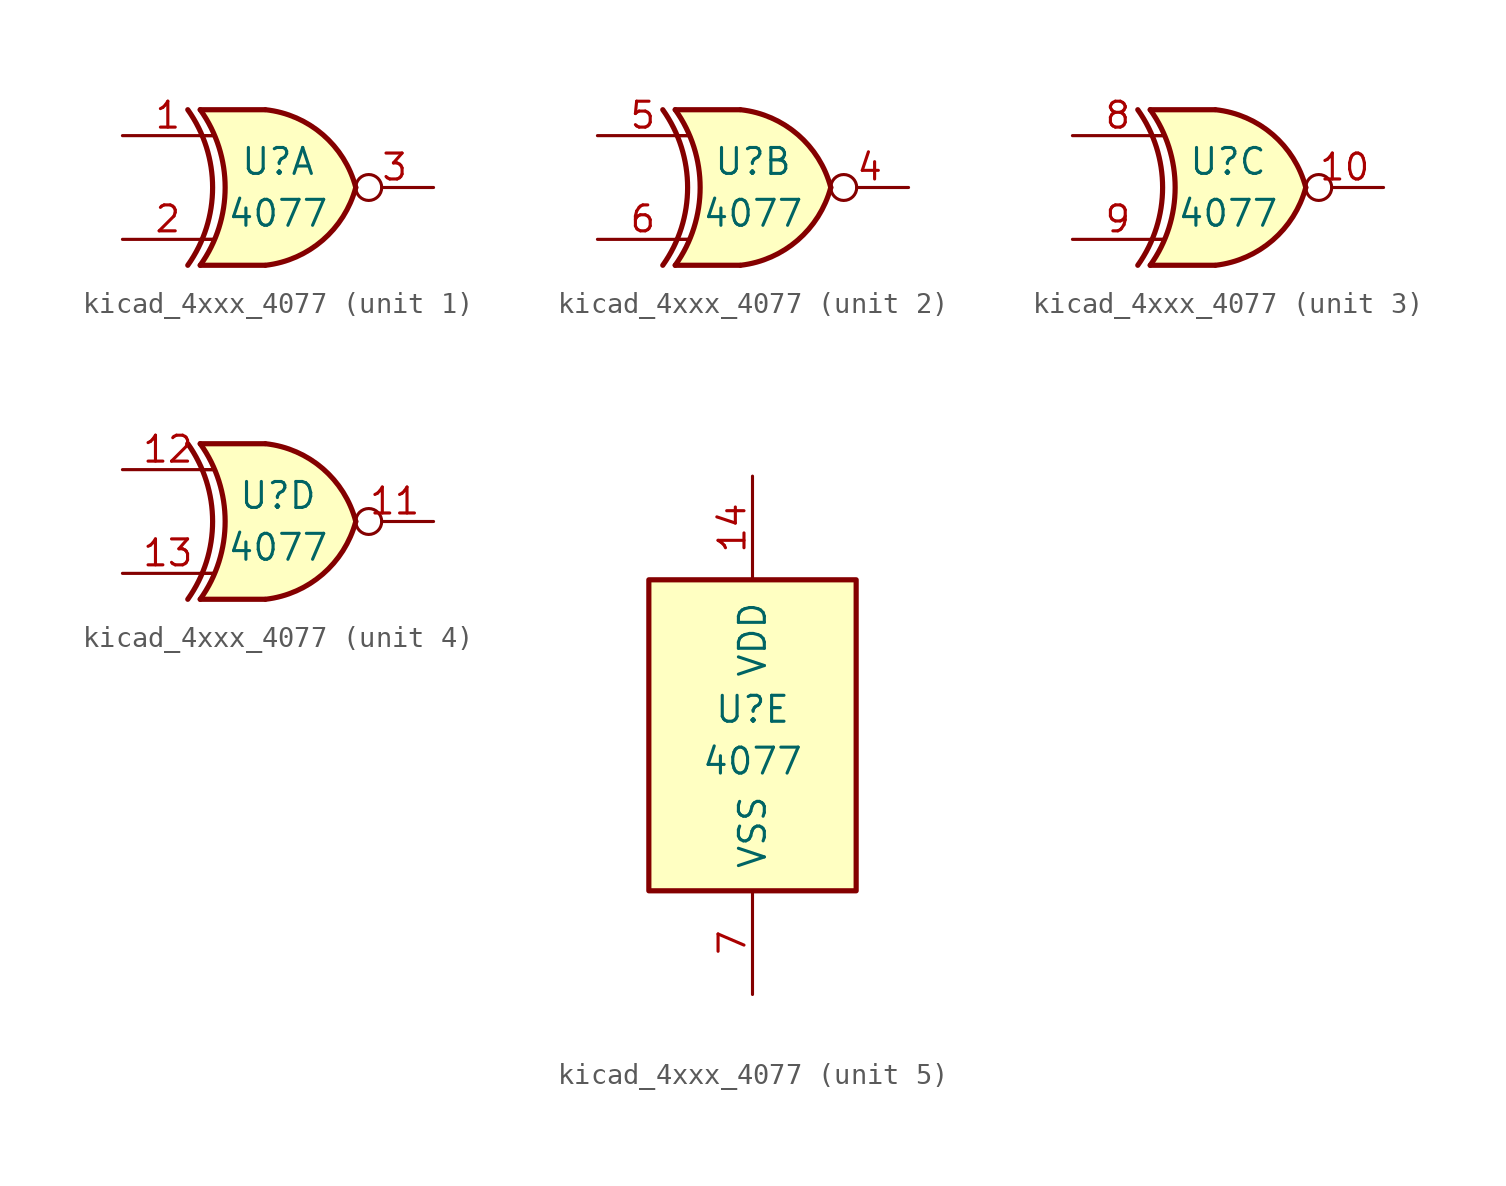
<source format=kicad_sym>
(kicad_symbol_lib
  (version 20220914)
  (generator kicad_symbol_editor)
  (symbol "kicad_4xxx_4077"
    (pin_names
      (offset 1.016))
    (property "Reference" "U"
      (at 0 1.27 0)
      (effects (font (size 1.27 1.27))))
    (property "Value" "4077"
      (at 0 -1.27 0)
      (effects (font (size 1.27 1.27))))
    (property "ki_locked" ""
      (at 0 0 0)
      (effects (font (size 1.27 1.27))))
    (symbol "kicad_4xxx_4077_1_0"
      (arc (start -4.4196 -3.81) (mid -3.2033 0) (end -4.4196 3.81) (stroke (width 0.254) (type default)) (fill (type none)))
      (arc (start -3.81 -3.81) (mid -2.589 0) (end -3.81 3.81) (stroke (width 0.254) (type default)) (fill (type none)))
      (arc (start -0.6096 -3.81) (mid 2.1842 -2.5851) (end 3.81 0) (stroke (width 0.254) (type default)) (fill (type background)))
      (polyline (pts (xy -3.81 -3.81) (xy -0.635 -3.81)) (stroke (width 0.254) (type default)) (fill (type background)))
      (polyline (pts (xy -3.81 3.81) (xy -0.635 3.81)) (stroke (width 0.254) (type default)) (fill (type background)))
      (polyline (pts (xy -0.635 3.81) (xy -3.81 3.81) (xy -3.81 3.81) (xy -3.556 3.404) (xy -3.023 2.261) (xy -2.692 1.041) (xy -2.616 -0.254) (xy -2.769 -1.499) (xy -3.175 -2.718) (xy -3.81 -3.81) (xy -3.81 -3.81) (xy -0.635 -3.81)) (stroke (width -25.4) (type default)) (fill (type background)))
      (arc (start 3.81 0) (mid 2.1915 2.5936) (end -0.6096 3.81) (stroke (width 0.254) (type default)) (fill (type background)))
      (pin input line (at -7.62 2.54 0) (length 4.445) (name "~" (effects (font (size 1.27 1.27)))) (number "1" (effects (font (size 1.27 1.27)))))
      (pin input line (at -7.62 -2.54 0) (length 4.445) (name "~" (effects (font (size 1.27 1.27)))) (number "2" (effects (font (size 1.27 1.27)))))
      (pin output inverted (at 7.62 0 180) (length 3.81) (name "~" (effects (font (size 1.27 1.27)))) (number "3" (effects (font (size 1.27 1.27))))))
    (symbol "kicad_4xxx_4077_1_1"
      (polyline (pts (xy -3.81 -2.54) (xy -3.175 -2.54)) (stroke (width 0.152) (type default)) (fill (type none)))
      (polyline (pts (xy -3.81 2.54) (xy -3.175 2.54)) (stroke (width 0.152) (type default)) (fill (type none))))
    (symbol "kicad_4xxx_4077_2_0"
      (arc (start -4.4196 -3.81) (mid -3.2033 0) (end -4.4196 3.81) (stroke (width 0.254) (type default)) (fill (type none)))
      (arc (start -3.81 -3.81) (mid -2.589 0) (end -3.81 3.81) (stroke (width 0.254) (type default)) (fill (type none)))
      (arc (start -0.6096 -3.81) (mid 2.1842 -2.5851) (end 3.81 0) (stroke (width 0.254) (type default)) (fill (type background)))
      (polyline (pts (xy -3.81 -3.81) (xy -0.635 -3.81)) (stroke (width 0.254) (type default)) (fill (type background)))
      (polyline (pts (xy -3.81 3.81) (xy -0.635 3.81)) (stroke (width 0.254) (type default)) (fill (type background)))
      (polyline (pts (xy -0.635 3.81) (xy -3.81 3.81) (xy -3.81 3.81) (xy -3.556 3.404) (xy -3.023 2.261) (xy -2.692 1.041) (xy -2.616 -0.254) (xy -2.769 -1.499) (xy -3.175 -2.718) (xy -3.81 -3.81) (xy -3.81 -3.81) (xy -0.635 -3.81)) (stroke (width -25.4) (type default)) (fill (type background)))
      (arc (start 3.81 0) (mid 2.1915 2.5936) (end -0.6096 3.81) (stroke (width 0.254) (type default)) (fill (type background)))
      (pin output inverted (at 7.62 0 180) (length 3.81) (name "~" (effects (font (size 1.27 1.27)))) (number "4" (effects (font (size 1.27 1.27)))))
      (pin input line (at -7.62 2.54 0) (length 4.445) (name "~" (effects (font (size 1.27 1.27)))) (number "5" (effects (font (size 1.27 1.27)))))
      (pin input line (at -7.62 -2.54 0) (length 4.445) (name "~" (effects (font (size 1.27 1.27)))) (number "6" (effects (font (size 1.27 1.27))))))
    (symbol "kicad_4xxx_4077_2_1"
      (polyline (pts (xy -3.81 -2.54) (xy -3.175 -2.54)) (stroke (width 0.152) (type default)) (fill (type none)))
      (polyline (pts (xy -3.81 2.54) (xy -3.175 2.54)) (stroke (width 0.152) (type default)) (fill (type none))))
    (symbol "kicad_4xxx_4077_3_0"
      (arc (start -4.4196 -3.81) (mid -3.2033 0) (end -4.4196 3.81) (stroke (width 0.254) (type default)) (fill (type none)))
      (arc (start -3.81 -3.81) (mid -2.589 0) (end -3.81 3.81) (stroke (width 0.254) (type default)) (fill (type none)))
      (arc (start -0.6096 -3.81) (mid 2.1842 -2.5851) (end 3.81 0) (stroke (width 0.254) (type default)) (fill (type background)))
      (polyline (pts (xy -3.81 -3.81) (xy -0.635 -3.81)) (stroke (width 0.254) (type default)) (fill (type background)))
      (polyline (pts (xy -3.81 3.81) (xy -0.635 3.81)) (stroke (width 0.254) (type default)) (fill (type background)))
      (polyline (pts (xy -0.635 3.81) (xy -3.81 3.81) (xy -3.81 3.81) (xy -3.556 3.404) (xy -3.023 2.261) (xy -2.692 1.041) (xy -2.616 -0.254) (xy -2.769 -1.499) (xy -3.175 -2.718) (xy -3.81 -3.81) (xy -3.81 -3.81) (xy -0.635 -3.81)) (stroke (width -25.4) (type default)) (fill (type background)))
      (arc (start 3.81 0) (mid 2.1915 2.5936) (end -0.6096 3.81) (stroke (width 0.254) (type default)) (fill (type background)))
      (pin output inverted (at 7.62 0 180) (length 3.81) (name "~" (effects (font (size 1.27 1.27)))) (number "10" (effects (font (size 1.27 1.27)))))
      (pin input line (at -7.62 2.54 0) (length 4.445) (name "~" (effects (font (size 1.27 1.27)))) (number "8" (effects (font (size 1.27 1.27)))))
      (pin input line (at -7.62 -2.54 0) (length 4.445) (name "~" (effects (font (size 1.27 1.27)))) (number "9" (effects (font (size 1.27 1.27))))))
    (symbol "kicad_4xxx_4077_3_1"
      (polyline (pts (xy -3.81 -2.54) (xy -3.175 -2.54)) (stroke (width 0.152) (type default)) (fill (type none)))
      (polyline (pts (xy -3.81 2.54) (xy -3.175 2.54)) (stroke (width 0.152) (type default)) (fill (type none))))
    (symbol "kicad_4xxx_4077_4_0"
      (arc (start -4.4196 -3.81) (mid -3.2033 0) (end -4.4196 3.81) (stroke (width 0.254) (type default)) (fill (type none)))
      (arc (start -3.81 -3.81) (mid -2.589 0) (end -3.81 3.81) (stroke (width 0.254) (type default)) (fill (type none)))
      (arc (start -0.6096 -3.81) (mid 2.1842 -2.5851) (end 3.81 0) (stroke (width 0.254) (type default)) (fill (type background)))
      (polyline (pts (xy -3.81 -3.81) (xy -0.635 -3.81)) (stroke (width 0.254) (type default)) (fill (type background)))
      (polyline (pts (xy -3.81 3.81) (xy -0.635 3.81)) (stroke (width 0.254) (type default)) (fill (type background)))
      (polyline (pts (xy -0.635 3.81) (xy -3.81 3.81) (xy -3.81 3.81) (xy -3.556 3.404) (xy -3.023 2.261) (xy -2.692 1.041) (xy -2.616 -0.254) (xy -2.769 -1.499) (xy -3.175 -2.718) (xy -3.81 -3.81) (xy -3.81 -3.81) (xy -0.635 -3.81)) (stroke (width -25.4) (type default)) (fill (type background)))
      (arc (start 3.81 0) (mid 2.1915 2.5936) (end -0.6096 3.81) (stroke (width 0.254) (type default)) (fill (type background)))
      (pin output inverted (at 7.62 0 180) (length 3.81) (name "~" (effects (font (size 1.27 1.27)))) (number "11" (effects (font (size 1.27 1.27)))))
      (pin input line (at -7.62 2.54 0) (length 4.445) (name "~" (effects (font (size 1.27 1.27)))) (number "12" (effects (font (size 1.27 1.27)))))
      (pin input line (at -7.62 -2.54 0) (length 4.445) (name "~" (effects (font (size 1.27 1.27)))) (number "13" (effects (font (size 1.27 1.27))))))
    (symbol "kicad_4xxx_4077_4_1"
      (polyline (pts (xy -3.81 -2.54) (xy -3.175 -2.54)) (stroke (width 0.152) (type default)) (fill (type none)))
      (polyline (pts (xy -3.81 2.54) (xy -3.175 2.54)) (stroke (width 0.152) (type default)) (fill (type none))))
    (symbol "kicad_4xxx_4077_5_0"
      (pin power_in line (at 0 12.7 270) (length 5.08) (name "VDD" (effects (font (size 1.27 1.27)))) (number "14" (effects (font (size 1.27 1.27)))))
      (pin power_in line (at 0 -12.7 90) (length 5.08) (name "VSS" (effects (font (size 1.27 1.27)))) (number "7" (effects (font (size 1.27 1.27))))))
    (symbol "kicad_4xxx_4077_5_1"
      (rectangle (start -5.08 7.62) (end 5.08 -7.62) (stroke (width 0.254) (type default)) (fill (type background))))))
</source>
